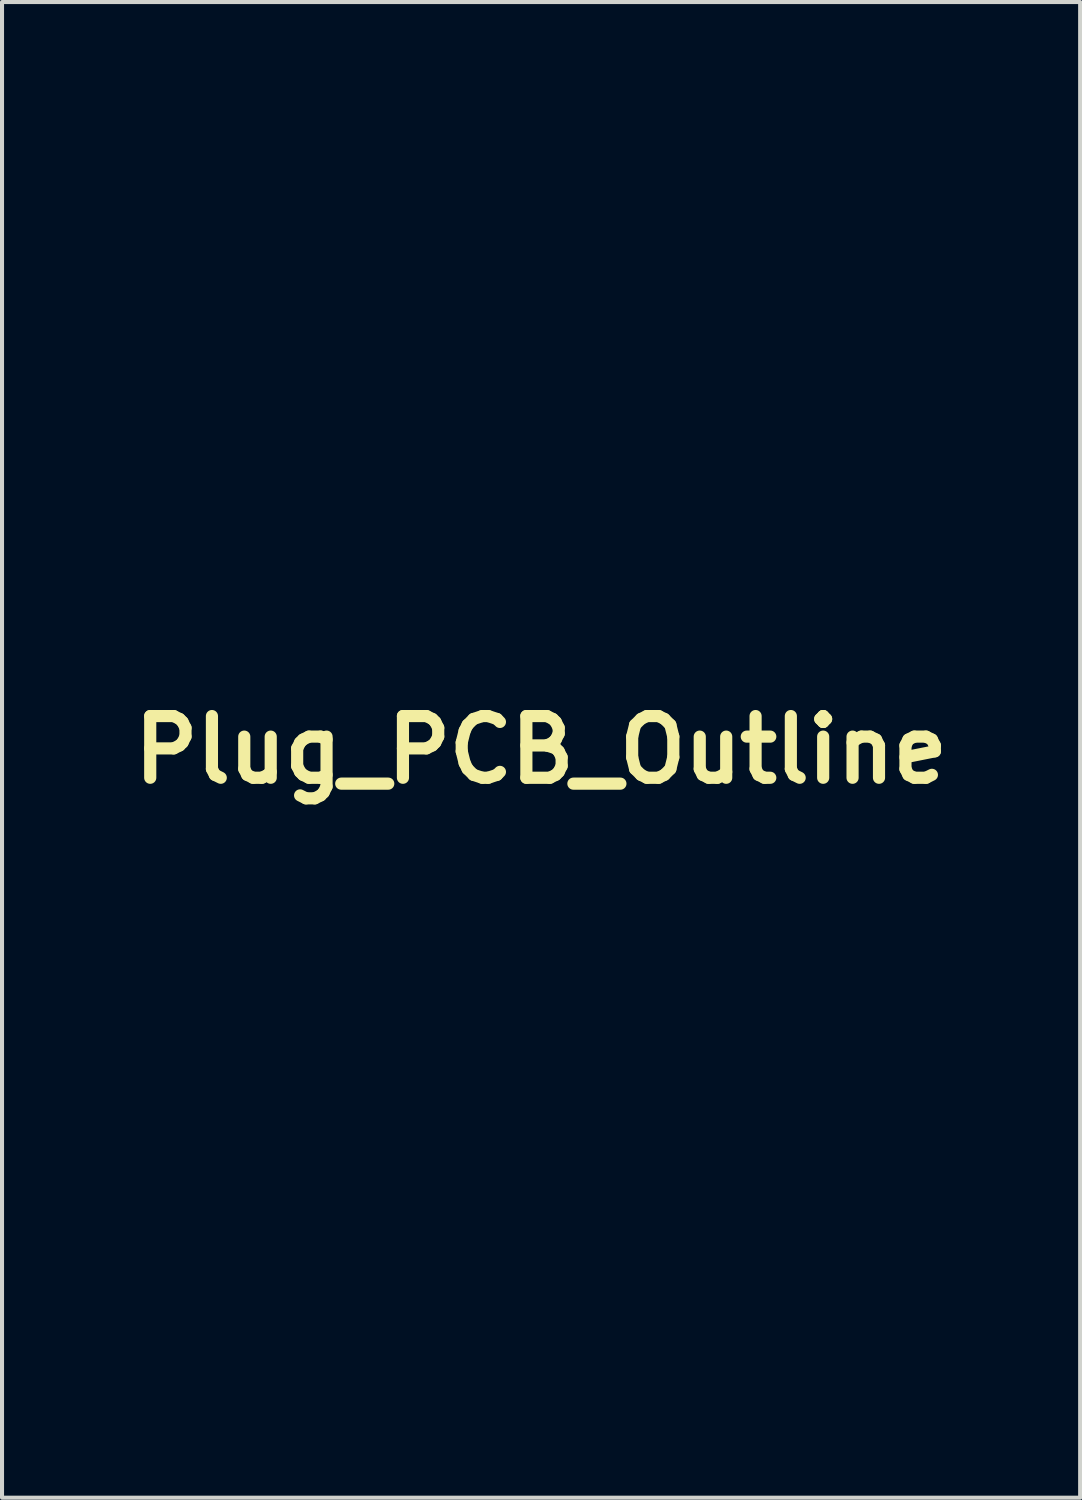
<source format=kicad_pcb>
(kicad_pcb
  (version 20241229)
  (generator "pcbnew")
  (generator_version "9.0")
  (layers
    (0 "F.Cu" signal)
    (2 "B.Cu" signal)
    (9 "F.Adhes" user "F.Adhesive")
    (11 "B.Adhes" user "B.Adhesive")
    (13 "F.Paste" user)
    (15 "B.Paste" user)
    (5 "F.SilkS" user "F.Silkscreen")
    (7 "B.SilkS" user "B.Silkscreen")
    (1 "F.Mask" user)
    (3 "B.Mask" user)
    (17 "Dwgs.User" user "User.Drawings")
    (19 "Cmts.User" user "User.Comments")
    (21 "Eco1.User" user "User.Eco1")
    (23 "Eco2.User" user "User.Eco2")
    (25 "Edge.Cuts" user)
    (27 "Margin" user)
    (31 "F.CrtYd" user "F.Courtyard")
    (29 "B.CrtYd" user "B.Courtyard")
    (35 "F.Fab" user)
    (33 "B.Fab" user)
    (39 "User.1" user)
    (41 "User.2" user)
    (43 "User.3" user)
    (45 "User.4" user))
  (footprint "Plug_PCB_Outline"
    (layer "F.Cu")
    (at 10.312 15.468)
    (property "Reference" "Plug_PCB_Outline" (at 0 0 0) (layer "F.SilkS") (effects (font (size 1.524 1.524) (thickness 0.3))))
    (attr board_only exclude_from_pos_files exclude_from_bom)
    (fp_poly (pts (xy -5.911 -13.662) (xy -3.931 -13.662) (xy -3.931 -15.418) (xy 10.009 -15.418) (xy 10.009 15.418) (xy -10.009 15.418) (xy -10.009 12.723) (xy 8.044 12.723) (xy 8.058 12.886) (xy 8.104 13.009) (xy 8.187 13.101) (xy 8.292 13.163) (xy 8.448 13.209) (xy 8.598 13.201) (xy 8.726 13.153) (xy 8.855 13.066) (xy 8.938 12.954) (xy 8.978 12.837) (xy 8.989 12.678) (xy 8.954 12.534) (xy 8.879 12.413) (xy 8.774 12.32) (xy 8.645 12.261) (xy 8.502 12.243) (xy 8.351 12.271) (xy 8.282 12.301) (xy 8.168 12.373) (xy 8.096 12.453) (xy 8.057 12.557) (xy 8.044 12.698) (xy 8.044 12.723) (xy -10.009 12.723) (xy -10.009 10.181) (xy 8.028 10.181) (xy 8.047 10.323) (xy 8.088 10.426) (xy 8.184 10.544) (xy 8.311 10.623) (xy 8.456 10.661) (xy 8.609 10.654) (xy 8.756 10.601) (xy 8.774 10.591) (xy 8.884 10.493) (xy 8.956 10.365) (xy 8.987 10.217) (xy 8.975 10.062) (xy 8.928 9.936) (xy 8.838 9.819) (xy 8.713 9.739) (xy 8.564 9.701) (xy 8.451 9.702) (xy 8.299 9.743) (xy 8.177 9.824) (xy 8.093 9.926) (xy 8.043 10.041) (xy 8.028 10.181) (xy -10.009 10.181) (xy -10.009 9.089) (xy -6.775 9.089) (xy -6.245 9.089) (xy -4.377 9.089) (xy -3.876 9.089) (xy -1.98 9.089) (xy -1.478 9.089) (xy 0.39 9.089) (xy 0.92 9.089) (xy 2.788 9.089) (xy 3.318 9.089) (xy 5.186 9.089) (xy 5.716 9.089) (xy 5.716 8.114) (xy 5.186 8.114) (xy 5.186 9.089) (xy 3.318 9.089) (xy 3.318 8.114) (xy 2.788 8.114) (xy 2.788 9.089) (xy 0.92 9.089) (xy 0.92 8.114) (xy 0.39 8.114) (xy 0.39 9.089) (xy -1.478 9.089) (xy -1.478 8.114) (xy -1.98 8.114) (xy -1.98 9.089) (xy -3.876 9.089) (xy -3.876 8.114) (xy -4.377 8.114) (xy -4.377 9.089) (xy -6.245 9.089) (xy -6.245 8.114) (xy -6.775 8.114) (xy -6.775 9.089) (xy -10.009 9.089) (xy -10.009 7.588) (xy 8.032 7.588) (xy 8.038 7.737) (xy 8.085 7.878) (xy 8.15 7.971) (xy 8.265 8.056) (xy 8.406 8.104) (xy 8.558 8.112) (xy 8.707 8.077) (xy 8.761 8.051) (xy 8.874 7.959) (xy 8.948 7.838) (xy 8.984 7.701) (xy 8.983 7.559) (xy 8.943 7.422) (xy 8.866 7.304) (xy 8.753 7.215) (xy 8.736 7.206) (xy 8.602 7.165) (xy 8.456 7.158) (xy 8.318 7.183) (xy 8.247 7.216) (xy 8.139 7.314) (xy 8.066 7.442) (xy 8.032 7.588) (xy -10.009 7.588) (xy -10.009 6.385) (xy -5.688 6.385) (xy -5.158 6.385) (xy -3.29 6.385) (xy -2.76 6.385) (xy -0.892 6.385) (xy -0.362 6.385) (xy 1.506 6.385) (xy 2.035 6.385) (xy 3.903 6.385) (xy 4.433 6.385) (xy 6.301 6.385) (xy 6.803 6.385) (xy 6.803 5.409) (xy 6.301 5.409) (xy 6.301 6.385) (xy 4.433 6.385) (xy 4.433 5.409) (xy 3.903 5.409) (xy 3.903 6.385) (xy 2.035 6.385) (xy 2.035 5.409) (xy 1.506 5.409) (xy 1.506 6.385) (xy -0.362 6.385) (xy -0.362 5.409) (xy -0.892 5.409) (xy -0.892 6.385) (xy -2.76 6.385) (xy -2.76 5.409) (xy -3.29 5.409) (xy -3.29 6.385) (xy -5.158 6.385) (xy -5.158 5.409) (xy -5.688 5.409) (xy -5.688 6.385) (xy -10.009 6.385) (xy -10.009 5.051) (xy 8.032 5.051) (xy 8.035 5.192) (xy 8.069 5.315) (xy 8.09 5.353) (xy 8.197 5.465) (xy 8.337 5.54) (xy 8.495 5.57) (xy 8.554 5.569) (xy 8.671 5.548) (xy 8.763 5.511) (xy 8.775 5.502) (xy 8.89 5.386) (xy 8.962 5.247) (xy 8.99 5.096) (xy 8.973 4.945) (xy 8.906 4.805) (xy 8.901 4.798) (xy 8.822 4.723) (xy 8.711 4.658) (xy 8.592 4.613) (xy 8.505 4.601) (xy 8.37 4.624) (xy 8.239 4.685) (xy 8.134 4.771) (xy 8.111 4.799) (xy 8.057 4.913) (xy 8.032 5.051) (xy -10.009 5.051) (xy -10.009 2.551) (xy 8.03 2.551) (xy 8.054 2.711) (xy 8.122 2.844) (xy 8.223 2.946) (xy 8.351 3.011) (xy 8.495 3.034) (xy 8.648 3.009) (xy 8.726 2.976) (xy 8.855 2.889) (xy 8.938 2.778) (xy 8.978 2.661) (xy 8.988 2.497) (xy 8.946 2.345) (xy 8.853 2.21) (xy 8.752 2.124) (xy 8.687 2.086) (xy 8.619 2.068) (xy 8.527 2.067) (xy 8.486 2.069) (xy 8.317 2.102) (xy 8.185 2.177) (xy 8.091 2.29) (xy 8.039 2.438) (xy 8.03 2.551) (xy -10.009 2.551) (xy -10.009 1.338) (xy -9.006 1.338) (xy -8.03 1.338) (xy -2.9 1.338) (xy -1.924 1.338) (xy 2.621 1.338) (xy 3.597 1.338) (xy 3.597 0.019) (xy 8.027 0.019) (xy 8.055 0.164) (xy 8.121 0.295) (xy 8.221 0.397) (xy 8.249 0.415) (xy 8.363 0.457) (xy 8.502 0.472) (xy 8.643 0.459) (xy 8.764 0.419) (xy 8.801 0.397) (xy 8.902 0.294) (xy 8.964 0.166) (xy 8.988 0.024) (xy 8.975 -0.119) (xy 8.924 -0.251) (xy 8.837 -0.361) (xy 8.753 -0.419) (xy 8.594 -0.472) (xy 8.435 -0.473) (xy 8.286 -0.425) (xy 8.157 -0.331) (xy 8.093 -0.253) (xy 8.038 -0.124) (xy 8.027 0.019) (xy 3.597 0.019) (xy 3.597 -0.725) (xy 2.621 -0.725) (xy 2.621 1.338) (xy -1.924 1.338) (xy -1.924 -0.669) (xy -1.087 -0.669) (xy -0.112 -0.669) (xy -0.112 -2.529) (xy 8.03 -2.529) (xy 8.054 -2.373) (xy 8.122 -2.243) (xy 8.224 -2.145) (xy 8.352 -2.083) (xy 8.499 -2.061) (xy 8.655 -2.085) (xy 8.741 -2.119) (xy 8.856 -2.203) (xy 8.936 -2.32) (xy 8.98 -2.456) (xy 8.987 -2.6) (xy 8.955 -2.74) (xy 8.884 -2.864) (xy 8.821 -2.925) (xy 8.685 -2.999) (xy 8.53 -3.027) (xy 8.37 -3.009) (xy 8.22 -2.944) (xy 8.208 -2.937) (xy 8.122 -2.85) (xy 8.062 -2.726) (xy 8.032 -2.578) (xy 8.03 -2.529) (xy -0.112 -2.529) (xy -0.112 -2.732) (xy -1.087 -2.732) (xy -1.087 -0.669) (xy -1.924 -0.669) (xy -1.924 -0.725) (xy -2.9 -0.725) (xy -2.9 1.338) (xy -8.03 1.338) (xy -8.03 -0.669) (xy -6.608 -0.669) (xy -5.632 -0.669) (xy -5.632 -2.732) (xy -6.608 -2.732) (xy -6.608 -0.669) (xy -8.03 -0.669) (xy -8.03 -0.725) (xy -9.006 -0.725) (xy -9.006 1.338) (xy -10.009 1.338) (xy -10.009 -5.135) (xy 8.04 -5.135) (xy 8.044 -4.994) (xy 8.075 -4.867) (xy 8.109 -4.802) (xy 8.218 -4.694) (xy 8.354 -4.627) (xy 8.505 -4.603) (xy 8.655 -4.627) (xy 8.738 -4.664) (xy 8.869 -4.767) (xy 8.954 -4.899) (xy 8.99 -5.051) (xy 8.978 -5.198) (xy 8.921 -5.341) (xy 8.827 -5.451) (xy 8.707 -5.528) (xy 8.572 -5.567) (xy 8.43 -5.569) (xy 8.293 -5.529) (xy 8.171 -5.446) (xy 8.109 -5.375) (xy 8.061 -5.269) (xy 8.04 -5.135) (xy -10.009 -5.135) (xy -10.009 -5.214) (xy -5.911 -5.214) (xy -3.931 -5.214) (xy -3.931 -7.193) (xy -5.911 -7.193) (xy -5.911 -5.214) (xy -10.009 -5.214) (xy -10.009 -7.555) (xy 8.034 -7.555) (xy 8.053 -7.462) (xy 8.083 -7.394) (xy 8.171 -7.278) (xy 8.293 -7.197) (xy 8.435 -7.154) (xy 8.586 -7.153) (xy 8.732 -7.197) (xy 8.763 -7.214) (xy 8.88 -7.312) (xy 8.956 -7.439) (xy 8.99 -7.582) (xy 8.98 -7.731) (xy 8.925 -7.874) (xy 8.865 -7.957) (xy 8.761 -8.05) (xy 8.644 -8.099) (xy 8.5 -8.11) (xy 8.461 -8.108) (xy 8.298 -8.072) (xy 8.173 -7.995) (xy 8.087 -7.878) (xy 8.041 -7.723) (xy 8.036 -7.673) (xy 8.034 -7.555) (xy -10.009 -7.555) (xy -10.009 -9.173) (xy -2.258 -9.173) (xy -1.366 -9.173) (xy -1.366 -9.982) (xy 1.812 -9.982) (xy 4.489 -9.982) (xy 4.489 -10.24) (xy 8.028 -10.24) (xy 8.034 -10.096) (xy 8.081 -9.957) (xy 8.17 -9.833) (xy 8.251 -9.766) (xy 8.37 -9.716) (xy 8.512 -9.701) (xy 8.657 -9.722) (xy 8.766 -9.766) (xy 8.875 -9.858) (xy 8.948 -9.98) (xy 8.983 -10.119) (xy 8.981 -10.265) (xy 8.94 -10.403) (xy 8.861 -10.521) (xy 8.801 -10.574) (xy 8.687 -10.626) (xy 8.547 -10.649) (xy 8.402 -10.642) (xy 8.275 -10.603) (xy 8.259 -10.595) (xy 8.141 -10.5) (xy 8.064 -10.378) (xy 8.028 -10.24) (xy 4.489 -10.24) (xy 4.489 -10.846) (xy 1.812 -10.846) (xy 1.812 -9.982) (xy -1.366 -9.982) (xy -1.366 -11.654) (xy -2.258 -11.654) (xy -2.258 -9.173) (xy -10.009 -9.173) (xy -10.009 -12.714) (xy 8.03 -12.714) (xy 8.048 -12.558) (xy 8.107 -12.434) (xy 8.212 -12.333) (xy 8.295 -12.282) (xy 8.394 -12.252) (xy 8.519 -12.245) (xy 8.645 -12.261) (xy 8.749 -12.297) (xy 8.774 -12.313) (xy 8.894 -12.434) (xy 8.967 -12.578) (xy 8.991 -12.736) (xy 8.978 -12.837) (xy 8.919 -12.983) (xy 8.82 -13.098) (xy 8.69 -13.175) (xy 8.54 -13.207) (xy 8.467 -13.205) (xy 8.302 -13.163) (xy 8.173 -13.079) (xy 8.083 -12.957) (xy 8.036 -12.803) (xy 8.03 -12.714) (xy -10.009 -12.714) (xy -10.009 -15.418) (xy -5.911 -15.418)) (stroke (width 0.1) (type solid)) (fill no) (layer "Eco1.User")))
  (gr_rect
    (start -3 -3)
    (end 23.625 33.937)
    (stroke (width 0.1) (type default))
    (fill no)
    (layer "Edge.Cuts")))
</source>
